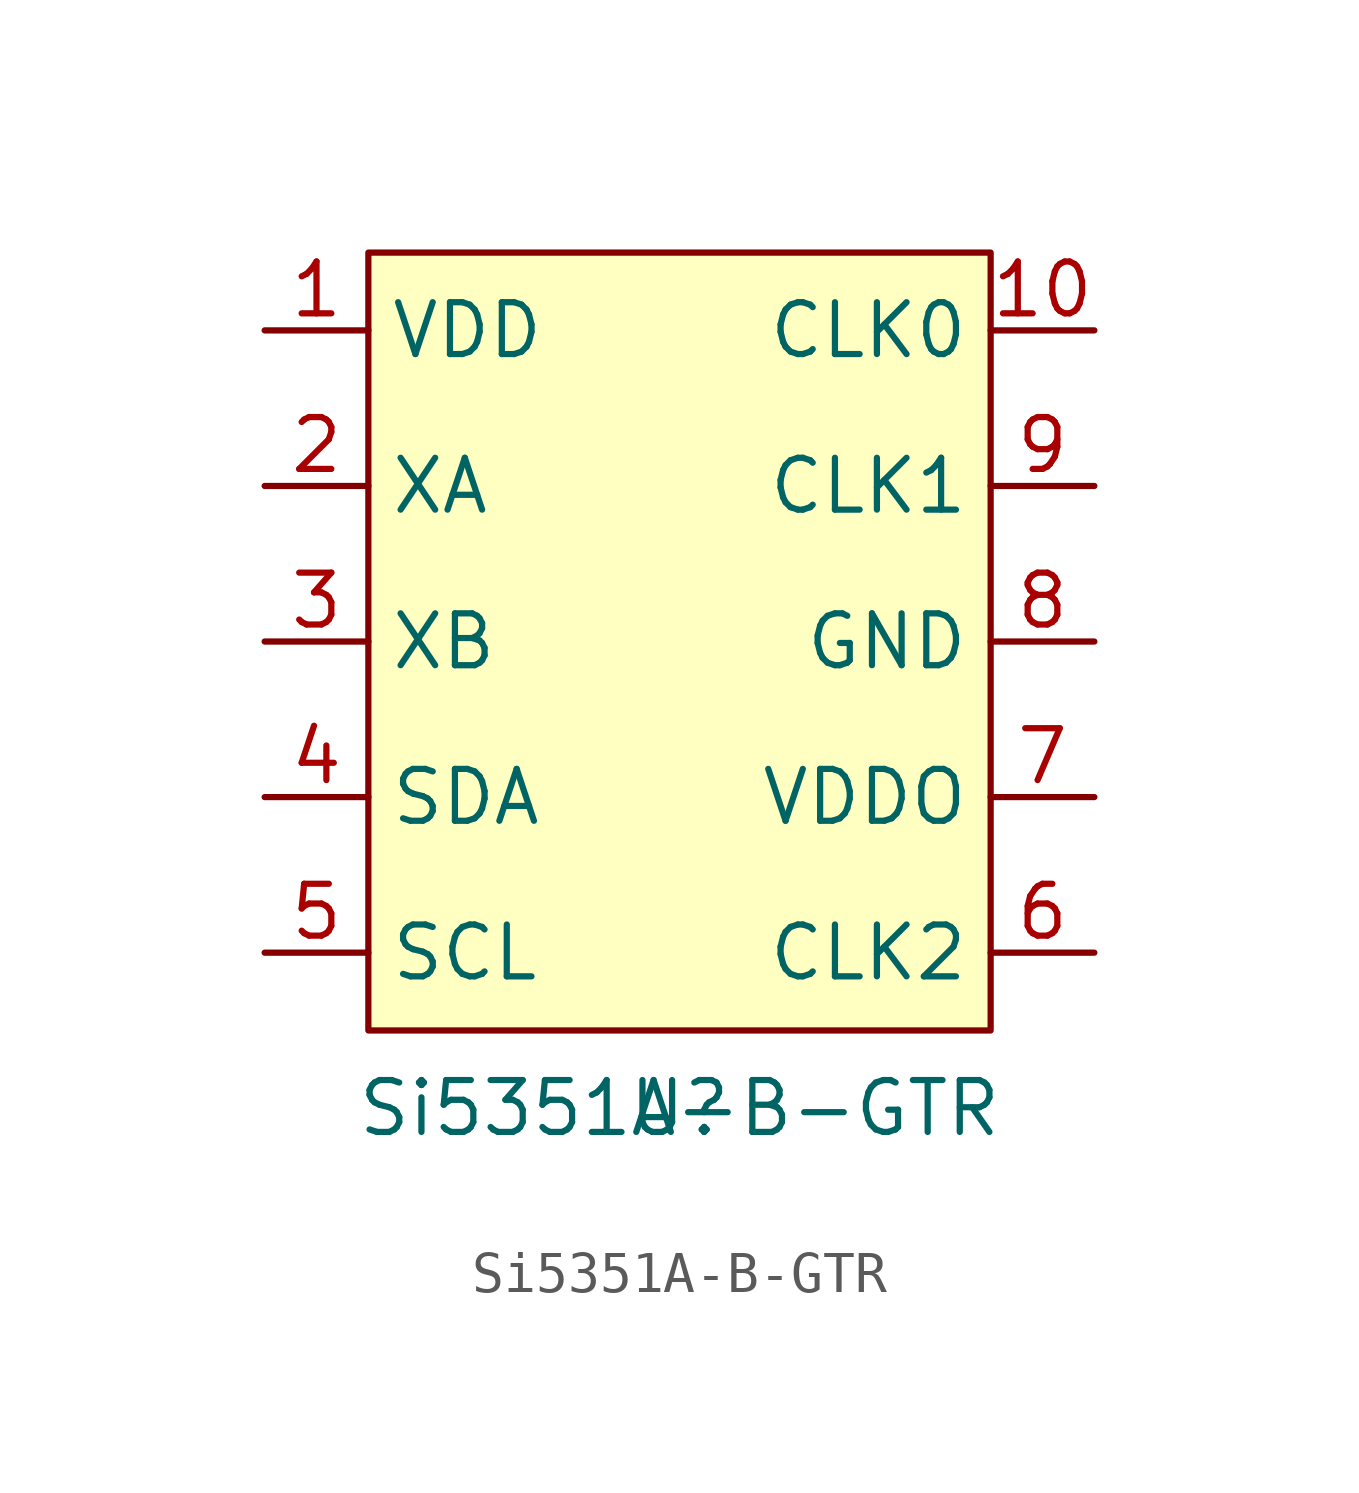
<source format=kicad_sym>
(kicad_symbol_lib
  (version 20231120)
  (generator "kicad_symbol_editor")
  (generator_version "8.0")
  (symbol "Si5351A-B-GTR"
    (property "Reference" "U"
      (at 0 0 0)
      (effects (font (size 1.27 1.27))))
    (property "Value" "Si5351A-B-GTR"
      (at 0 0 0)
      (effects (font (size 1.27 1.27))))
    (symbol "Si5351A-B-GTR_1_1"
      (rectangle (start -7.62 20.955) (end 7.62 1.905) (stroke (width 0) (type default)) (fill (type background)))
      (pin power_in line (at -10.16 19.05 0) (length 2.54) (name "VDD" (effects (font (size 1.27 1.27)))) (number "1" (effects (font (size 1.27 1.27)))))
      (pin output line (at 10.16 19.05 180) (length 2.54) (name "CLK0" (effects (font (size 1.27 1.27)))) (number "10" (effects (font (size 1.27 1.27)))))
      (pin input line (at -10.16 15.24 0) (length 2.54) (name "XA" (effects (font (size 1.27 1.27)))) (number "2" (effects (font (size 1.27 1.27)))))
      (pin input line (at -10.16 11.43 0) (length 2.54) (name "XB" (effects (font (size 1.27 1.27)))) (number "3" (effects (font (size 1.27 1.27)))))
      (pin bidirectional line (at -10.16 7.62 0) (length 2.54) (name "SDA" (effects (font (size 1.27 1.27)))) (number "4" (effects (font (size 1.27 1.27)))))
      (pin input line (at -10.16 3.81 0) (length 2.54) (name "SCL" (effects (font (size 1.27 1.27)))) (number "5" (effects (font (size 1.27 1.27)))))
      (pin output line (at 10.16 3.81 180) (length 2.54) (name "CLK2" (effects (font (size 1.27 1.27)))) (number "6" (effects (font (size 1.27 1.27)))))
      (pin power_out line (at 10.16 7.62 180) (length 2.54) (name "VDDO" (effects (font (size 1.27 1.27)))) (number "7" (effects (font (size 1.27 1.27)))))
      (pin passive line (at 10.16 11.43 180) (length 2.54) (name "GND" (effects (font (size 1.27 1.27)))) (number "8" (effects (font (size 1.27 1.27)))))
      (pin output line (at 10.16 15.24 180) (length 2.54) (name "CLK1" (effects (font (size 1.27 1.27)))) (number "9" (effects (font (size 1.27 1.27))))))))
</source>
